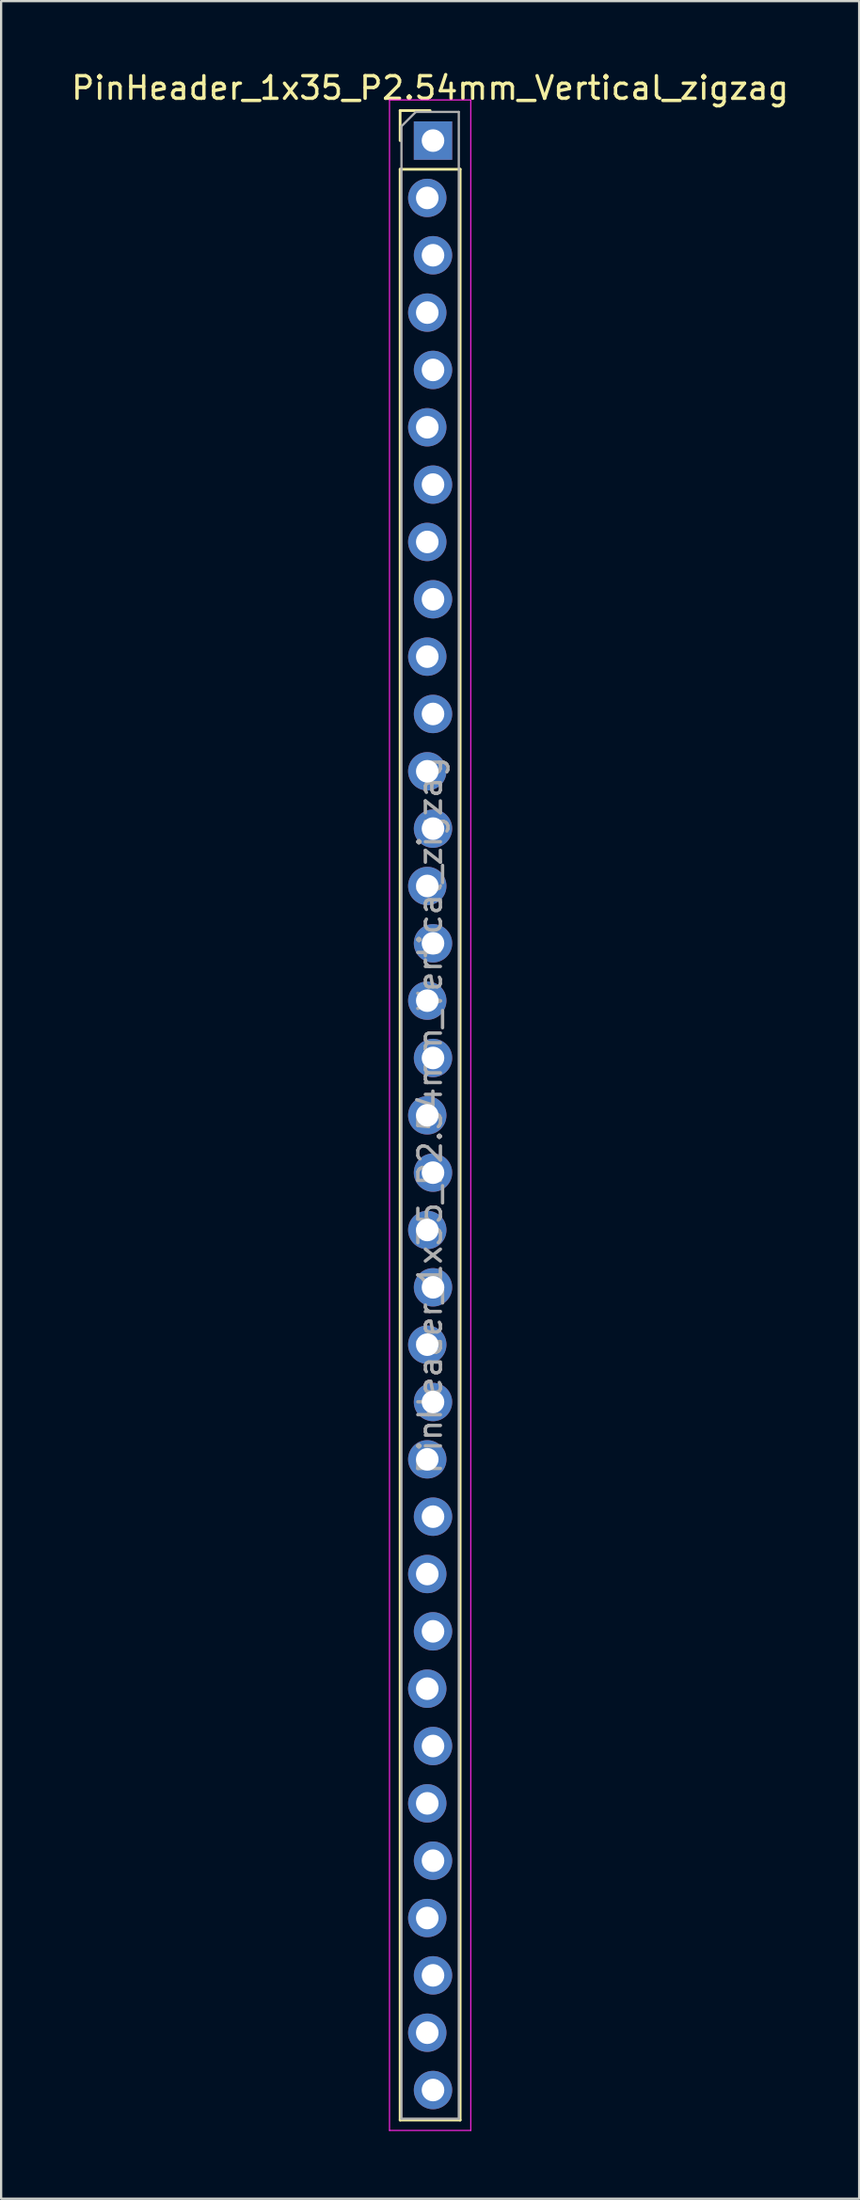
<source format=kicad_pcb>
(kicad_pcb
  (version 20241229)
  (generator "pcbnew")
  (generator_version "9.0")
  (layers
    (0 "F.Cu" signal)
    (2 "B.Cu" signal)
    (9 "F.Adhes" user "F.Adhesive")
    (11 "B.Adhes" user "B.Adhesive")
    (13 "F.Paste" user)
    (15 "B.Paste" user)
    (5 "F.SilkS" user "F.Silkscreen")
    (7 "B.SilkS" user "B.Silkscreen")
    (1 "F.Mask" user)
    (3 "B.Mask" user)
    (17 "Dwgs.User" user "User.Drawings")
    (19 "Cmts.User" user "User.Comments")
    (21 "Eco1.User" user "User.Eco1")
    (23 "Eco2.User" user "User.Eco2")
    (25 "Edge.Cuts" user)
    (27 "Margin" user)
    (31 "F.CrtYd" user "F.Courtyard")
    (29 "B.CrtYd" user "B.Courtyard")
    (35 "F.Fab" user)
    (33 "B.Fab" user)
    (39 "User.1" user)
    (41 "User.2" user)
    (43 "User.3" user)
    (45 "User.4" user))
  (footprint "PinHeader_1x35_P2.54mm_Vertical_zigzag"
    (layer "F.Cu")
    (at 16.006 3.178)
    (property "Reference" "PinHeader_1x35_P2.54mm_Vertical_zigzag" (at 0 -2.33 0) (layer "F.SilkS") (effects (font (size 1 1) (thickness 0.15))))
    (attr through_hole)
    (fp_line (start -1.33 -1.33) (end 0 -1.33) (stroke (width 0.12) (type solid)) (layer "F.SilkS"))
    (fp_line (start -1.33 0) (end -1.33 -1.33) (stroke (width 0.12) (type solid)) (layer "F.SilkS"))
    (fp_line (start -1.33 1.27) (end -1.33 87.69) (stroke (width 0.12) (type solid)) (layer "F.SilkS"))
    (fp_line (start -1.33 1.27) (end 1.33 1.27) (stroke (width 0.12) (type solid)) (layer "F.SilkS"))
    (fp_line (start -1.33 87.69) (end 1.33 87.69) (stroke (width 0.12) (type solid)) (layer "F.SilkS"))
    (fp_line (start 1.33 1.27) (end 1.33 87.69) (stroke (width 0.12) (type solid)) (layer "F.SilkS"))
    (fp_line (start -1.8 -1.8) (end -1.8 88.15) (stroke (width 0.05) (type solid)) (layer "F.CrtYd"))
    (fp_line (start -1.8 88.15) (end 1.8 88.15) (stroke (width 0.05) (type solid)) (layer "F.CrtYd"))
    (fp_line (start 1.8 -1.8) (end -1.8 -1.8) (stroke (width 0.05) (type solid)) (layer "F.CrtYd"))
    (fp_line (start 1.8 88.15) (end 1.8 -1.8) (stroke (width 0.05) (type solid)) (layer "F.CrtYd"))
    (fp_line (start -1.27 -0.635) (end -0.635 -1.27) (stroke (width 0.1) (type solid)) (layer "F.Fab"))
    (fp_line (start -1.27 87.63) (end -1.27 -0.635) (stroke (width 0.1) (type solid)) (layer "F.Fab"))
    (fp_line (start -0.635 -1.27) (end 1.27 -1.27) (stroke (width 0.1) (type solid)) (layer "F.Fab"))
    (fp_line (start 1.27 -1.27) (end 1.27 87.63) (stroke (width 0.1) (type solid)) (layer "F.Fab"))
    (fp_line (start 1.27 87.63) (end -1.27 87.63) (stroke (width 0.1) (type solid)) (layer "F.Fab"))
    (fp_text user "${REFERENCE}" (at 0 43.18 90) (layer "F.Fab") (effects (font (size 1 1) (thickness 0.15))))
    (pad "1" thru_hole rect (at 0.127 0) (size 1.7 1.7) (drill 1) (layers "*.Cu" "*.Mask"))
    (pad "2" thru_hole oval (at -0.127 2.54) (size 1.7 1.7) (drill 1) (layers "*.Cu" "*.Mask"))
    (pad "3" thru_hole oval (at 0.127 5.08) (size 1.7 1.7) (drill 1) (layers "*.Cu" "*.Mask"))
    (pad "4" thru_hole oval (at -0.127 7.62) (size 1.7 1.7) (drill 1) (layers "*.Cu" "*.Mask"))
    (pad "5" thru_hole oval (at 0.127 10.16) (size 1.7 1.7) (drill 1) (layers "*.Cu" "*.Mask"))
    (pad "6" thru_hole oval (at -0.127 12.7) (size 1.7 1.7) (drill 1) (layers "*.Cu" "*.Mask"))
    (pad "7" thru_hole oval (at 0.127 15.24) (size 1.7 1.7) (drill 1) (layers "*.Cu" "*.Mask"))
    (pad "8" thru_hole oval (at -0.127 17.78) (size 1.7 1.7) (drill 1) (layers "*.Cu" "*.Mask"))
    (pad "9" thru_hole oval (at 0.127 20.32) (size 1.7 1.7) (drill 1) (layers "*.Cu" "*.Mask"))
    (pad "10" thru_hole oval (at -0.127 22.86) (size 1.7 1.7) (drill 1) (layers "*.Cu" "*.Mask"))
    (pad "11" thru_hole oval (at 0.127 25.4) (size 1.7 1.7) (drill 1) (layers "*.Cu" "*.Mask"))
    (pad "12" thru_hole oval (at -0.127 27.94) (size 1.7 1.7) (drill 1) (layers "*.Cu" "*.Mask"))
    (pad "13" thru_hole oval (at 0.127 30.48) (size 1.7 1.7) (drill 1) (layers "*.Cu" "*.Mask"))
    (pad "14" thru_hole oval (at -0.127 33.02) (size 1.7 1.7) (drill 1) (layers "*.Cu" "*.Mask"))
    (pad "15" thru_hole oval (at 0.127 35.56) (size 1.7 1.7) (drill 1) (layers "*.Cu" "*.Mask"))
    (pad "16" thru_hole oval (at -0.127 38.1) (size 1.7 1.7) (drill 1) (layers "*.Cu" "*.Mask"))
    (pad "17" thru_hole oval (at 0.127 40.64) (size 1.7 1.7) (drill 1) (layers "*.Cu" "*.Mask"))
    (pad "18" thru_hole oval (at -0.127 43.18) (size 1.7 1.7) (drill 1) (layers "*.Cu" "*.Mask"))
    (pad "19" thru_hole oval (at 0.127 45.72) (size 1.7 1.7) (drill 1) (layers "*.Cu" "*.Mask"))
    (pad "20" thru_hole oval (at -0.127 48.26) (size 1.7 1.7) (drill 1) (layers "*.Cu" "*.Mask"))
    (pad "21" thru_hole oval (at 0.127 50.8) (size 1.7 1.7) (drill 1) (layers "*.Cu" "*.Mask"))
    (pad "22" thru_hole oval (at -0.127 53.34) (size 1.7 1.7) (drill 1) (layers "*.Cu" "*.Mask"))
    (pad "23" thru_hole oval (at 0.127 55.88) (size 1.7 1.7) (drill 1) (layers "*.Cu" "*.Mask"))
    (pad "24" thru_hole oval (at -0.127 58.42) (size 1.7 1.7) (drill 1) (layers "*.Cu" "*.Mask"))
    (pad "25" thru_hole oval (at 0.127 60.96) (size 1.7 1.7) (drill 1) (layers "*.Cu" "*.Mask"))
    (pad "26" thru_hole oval (at -0.127 63.5) (size 1.7 1.7) (drill 1) (layers "*.Cu" "*.Mask"))
    (pad "27" thru_hole oval (at 0.127 66.04) (size 1.7 1.7) (drill 1) (layers "*.Cu" "*.Mask"))
    (pad "28" thru_hole oval (at -0.127 68.58) (size 1.7 1.7) (drill 1) (layers "*.Cu" "*.Mask"))
    (pad "29" thru_hole oval (at 0.127 71.12) (size 1.7 1.7) (drill 1) (layers "*.Cu" "*.Mask"))
    (pad "30" thru_hole oval (at -0.127 73.66) (size 1.7 1.7) (drill 1) (layers "*.Cu" "*.Mask"))
    (pad "31" thru_hole oval (at 0.127 76.2) (size 1.7 1.7) (drill 1) (layers "*.Cu" "*.Mask"))
    (pad "32" thru_hole oval (at -0.127 78.74) (size 1.7 1.7) (drill 1) (layers "*.Cu" "*.Mask"))
    (pad "33" thru_hole oval (at 0.127 81.28) (size 1.7 1.7) (drill 1) (layers "*.Cu" "*.Mask"))
    (pad "34" thru_hole oval (at -0.127 83.82) (size 1.7 1.7) (drill 1) (layers "*.Cu" "*.Mask"))
    (pad "35" thru_hole oval (at 0.127 86.36) (size 1.7 1.7) (drill 1) (layers "*.Cu" "*.Mask")))
  (gr_rect
    (start -3 -3)
    (end 35.012 94.353)
    (stroke (width 0.1) (type default))
    (fill no)
    (layer "Edge.Cuts")))
</source>
